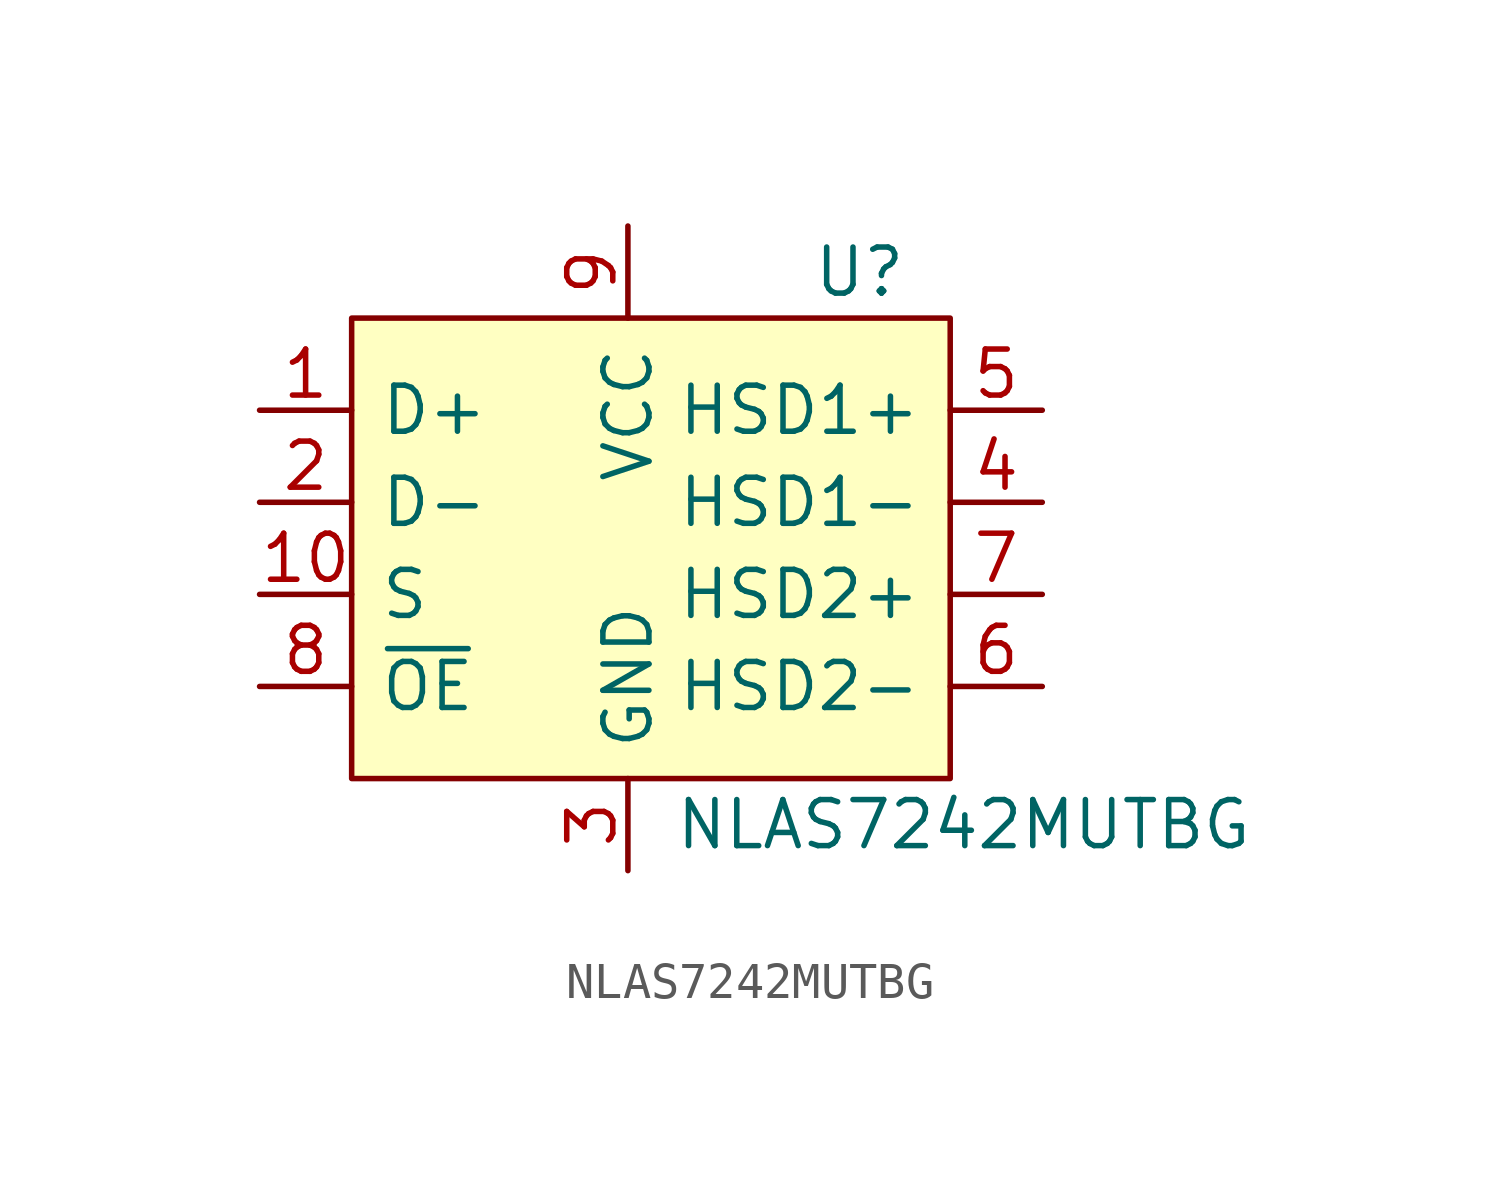
<source format=kicad_sym>
(kicad_symbol_lib
  (version 20211014)
  (generator kicad_symbol_editor)
  (symbol "NLAS7242MUTBG"
    (pin_names
      (offset 0.762))
    (property "Reference" "U"
      (at 5.08 1.27 0)
      (effects (font (size 1.27 1.27)) (justify left)))
    (property "Value" "NLAS7242MUTBG"
      (at 1.27 -13.97 0)
      (effects (font (size 1.27 1.27)) (justify left)))
    (symbol "NLAS7242MUTBG_0_0"
      (pin bidirectional line (at -10.16 -2.54 0) (length 2.54) (name "D+" (effects (font (size 1.27 1.27)))) (number "1" (effects (font (size 1.27 1.27)))))
      (pin input line (at -10.16 -7.62 0) (length 2.54) (name "S" (effects (font (size 1.27 1.27)))) (number "10" (effects (font (size 1.27 1.27)))))
      (pin bidirectional line (at -10.16 -5.08 0) (length 2.54) (name "D-" (effects (font (size 1.27 1.27)))) (number "2" (effects (font (size 1.27 1.27)))))
      (pin power_in line (at 0 -15.24 90) (length 2.54) (name "GND" (effects (font (size 1.27 1.27)))) (number "3" (effects (font (size 1.27 1.27)))))
      (pin bidirectional line (at 11.43 -5.08 180) (length 2.54) (name "HSD1-" (effects (font (size 1.27 1.27)))) (number "4" (effects (font (size 1.27 1.27)))))
      (pin bidirectional line (at 11.43 -2.54 180) (length 2.54) (name "HSD1+" (effects (font (size 1.27 1.27)))) (number "5" (effects (font (size 1.27 1.27)))))
      (pin bidirectional line (at 11.43 -10.16 180) (length 2.54) (name "HSD2-" (effects (font (size 1.27 1.27)))) (number "6" (effects (font (size 1.27 1.27)))))
      (pin bidirectional line (at 11.43 -7.62 180) (length 2.54) (name "HSD2+" (effects (font (size 1.27 1.27)))) (number "7" (effects (font (size 1.27 1.27)))))
      (pin input line (at -10.16 -10.16 0) (length 2.54) (name "~{OE}" (effects (font (size 1.27 1.27)))) (number "8" (effects (font (size 1.27 1.27)))))
      (pin power_in line (at 0 2.54 270) (length 2.54) (name "VCC" (effects (font (size 1.27 1.27)))) (number "9" (effects (font (size 1.27 1.27))))))
    (symbol "NLAS7242MUTBG_0_1"
      (rectangle (start -7.62 0) (end 8.89 -12.7) (stroke (width 0) (type default) (color 0 0 0 0)) (fill (type background))))))
</source>
